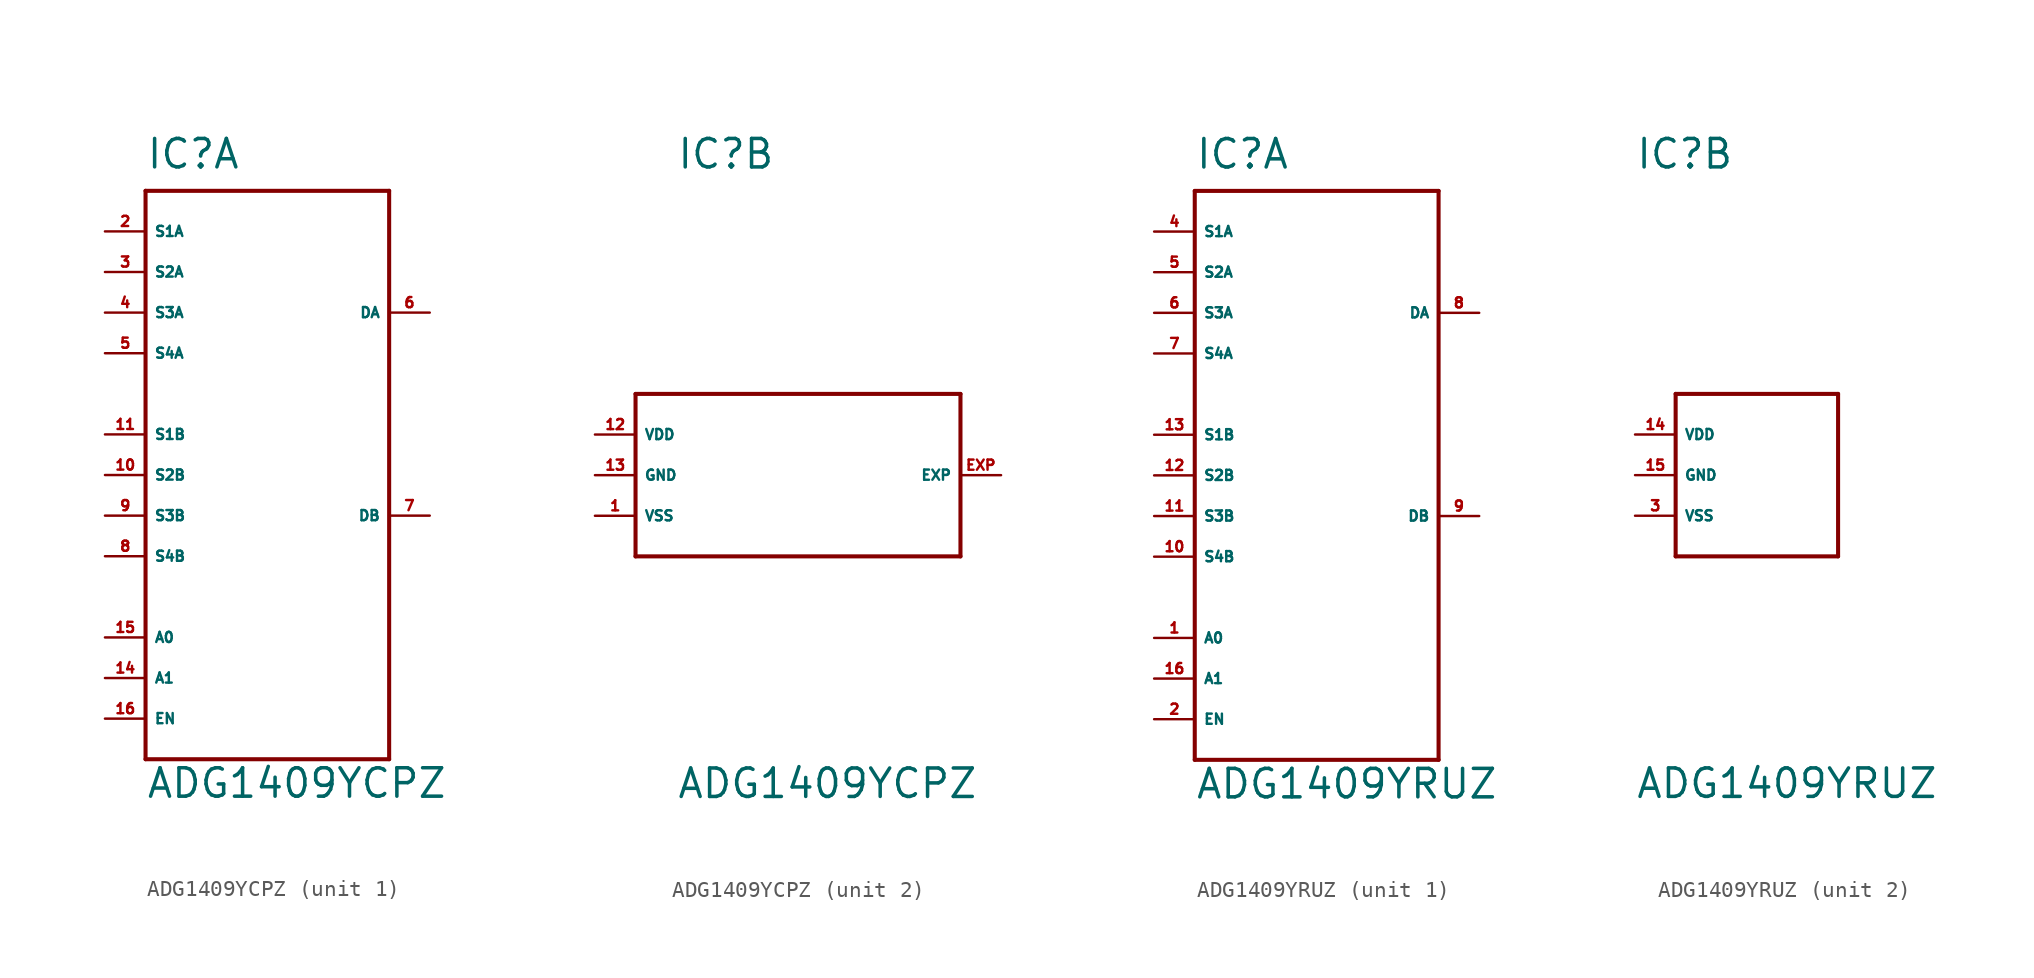
<source format=kicad_sym>
(kicad_symbol_lib
  (version 20220914)
  (generator Eagle2Kicad)
  (symbol "ADG1409YCPZ"
    (property "Reference" "IC"
      (at -7.62 19.05 0)
      (effects (font (size 1.778 1.778) (thickness 0.22)) (justify left bottom)))
    (property "Value" "ADG1409YCPZ"
      (at -7.62 -20.32 0)
      (effects (font (size 1.778 1.778) (thickness 0.22)) (justify left bottom)))
    (symbol "ADG1409YCPZ_1_0"
      (polyline (pts (xy -7.62 17.78) (xy 7.62 17.78)) (stroke (width 0.254) (type default)) (fill (type none)))
      (polyline (pts (xy 7.62 17.78) (xy 7.62 -17.78)) (stroke (width 0.254) (type default)) (fill (type none)))
      (polyline (pts (xy 7.62 -17.78) (xy -7.62 -17.78)) (stroke (width 0.254) (type default)) (fill (type none)))
      (polyline (pts (xy -7.62 -17.78) (xy -7.62 17.78)) (stroke (width 0.254) (type default)) (fill (type none)))
      (pin bidirectional line (at -10.16 15.24 0) (length 2.54) (name "S1A" (effects (font (size 0.635 0.635) (thickness 0.08)) (justify left bottom))) (number "2" (effects (font (size 0.635 0.635) (thickness 0.08)) (justify left bottom))))
      (pin bidirectional line (at -10.16 12.7 0) (length 2.54) (name "S2A" (effects (font (size 0.635 0.635) (thickness 0.08)) (justify left bottom))) (number "3" (effects (font (size 0.635 0.635) (thickness 0.08)) (justify left bottom))))
      (pin bidirectional line (at -10.16 10.16 0) (length 2.54) (name "S3A" (effects (font (size 0.635 0.635) (thickness 0.08)) (justify left bottom))) (number "4" (effects (font (size 0.635 0.635) (thickness 0.08)) (justify left bottom))))
      (pin bidirectional line (at -10.16 7.62 0) (length 2.54) (name "S4A" (effects (font (size 0.635 0.635) (thickness 0.08)) (justify left bottom))) (number "5" (effects (font (size 0.635 0.635) (thickness 0.08)) (justify left bottom))))
      (pin bidirectional line (at 10.16 10.16 180) (length 2.54) (name "DA" (effects (font (size 0.635 0.635) (thickness 0.08)) (justify left bottom))) (number "6" (effects (font (size 0.635 0.635) (thickness 0.08)) (justify left bottom))))
      (pin input line (at -10.16 -10.16 0) (length 2.54) (name "A0" (effects (font (size 0.635 0.635) (thickness 0.08)) (justify left bottom))) (number "15" (effects (font (size 0.635 0.635) (thickness 0.08)) (justify left bottom))))
      (pin input line (at -10.16 -12.7 0) (length 2.54) (name "A1" (effects (font (size 0.635 0.635) (thickness 0.08)) (justify left bottom))) (number "14" (effects (font (size 0.635 0.635) (thickness 0.08)) (justify left bottom))))
      (pin input line (at -10.16 -15.24 0) (length 2.54) (name "EN" (effects (font (size 0.635 0.635) (thickness 0.08)) (justify left bottom))) (number "16" (effects (font (size 0.635 0.635) (thickness 0.08)) (justify left bottom))))
      (pin bidirectional line (at -10.16 2.54 0) (length 2.54) (name "S1B" (effects (font (size 0.635 0.635) (thickness 0.08)) (justify left bottom))) (number "11" (effects (font (size 0.635 0.635) (thickness 0.08)) (justify left bottom))))
      (pin bidirectional line (at -10.16 0 0) (length 2.54) (name "S2B" (effects (font (size 0.635 0.635) (thickness 0.08)) (justify left bottom))) (number "10" (effects (font (size 0.635 0.635) (thickness 0.08)) (justify left bottom))))
      (pin bidirectional line (at -10.16 -2.54 0) (length 2.54) (name "S3B" (effects (font (size 0.635 0.635) (thickness 0.08)) (justify left bottom))) (number "9" (effects (font (size 0.635 0.635) (thickness 0.08)) (justify left bottom))))
      (pin bidirectional line (at -10.16 -5.08 0) (length 2.54) (name "S4B" (effects (font (size 0.635 0.635) (thickness 0.08)) (justify left bottom))) (number "8" (effects (font (size 0.635 0.635) (thickness 0.08)) (justify left bottom))))
      (pin bidirectional line (at 10.16 -2.54 180) (length 2.54) (name "DB" (effects (font (size 0.635 0.635) (thickness 0.08)) (justify left bottom))) (number "7" (effects (font (size 0.635 0.635) (thickness 0.08)) (justify left bottom)))))
    (symbol "ADG1409YCPZ_2_0"
      (polyline (pts (xy -10.16 5.08) (xy 10.16 5.08)) (stroke (width 0.254) (type default)) (fill (type none)))
      (polyline (pts (xy 10.16 5.08) (xy 10.16 -5.08)) (stroke (width 0.254) (type default)) (fill (type none)))
      (polyline (pts (xy 10.16 -5.08) (xy -10.16 -5.08)) (stroke (width 0.254) (type default)) (fill (type none)))
      (polyline (pts (xy -10.16 -5.08) (xy -10.16 5.08)) (stroke (width 0.254) (type default)) (fill (type none)))
      (pin unspecified line (at -12.7 -2.54 0) (length 2.54) (name "VSS" (effects (font (size 0.635 0.635) (thickness 0.08)) (justify left bottom))) (number "1" (effects (font (size 0.635 0.635) (thickness 0.08)) (justify left bottom))))
      (pin unspecified line (at -12.7 0 0) (length 2.54) (name "GND" (effects (font (size 0.635 0.635) (thickness 0.08)) (justify left bottom))) (number "13" (effects (font (size 0.635 0.635) (thickness 0.08)) (justify left bottom))))
      (pin unspecified line (at -12.7 2.54 0) (length 2.54) (name "VDD" (effects (font (size 0.635 0.635) (thickness 0.08)) (justify left bottom))) (number "12" (effects (font (size 0.635 0.635) (thickness 0.08)) (justify left bottom))))
      (pin passive line (at 12.7 0 180) (length 2.54) (name "EXP" (effects (font (size 0.635 0.635) (thickness 0.08)) (justify left bottom))) (number "EXP" (effects (font (size 0.635 0.635) (thickness 0.08)) (justify left bottom))))))
  (symbol "ADG1409YRUZ"
    (property "Reference" "IC"
      (at -7.62 19.05 0)
      (effects (font (size 1.778 1.778) (thickness 0.22)) (justify left bottom)))
    (property "Value" "ADG1409YRUZ"
      (at -7.62 -20.32 0)
      (effects (font (size 1.778 1.778) (thickness 0.22)) (justify left bottom)))
    (symbol "ADG1409YRUZ_1_0"
      (polyline (pts (xy -7.62 17.78) (xy 7.62 17.78)) (stroke (width 0.254) (type default)) (fill (type none)))
      (polyline (pts (xy 7.62 17.78) (xy 7.62 -17.78)) (stroke (width 0.254) (type default)) (fill (type none)))
      (polyline (pts (xy 7.62 -17.78) (xy -7.62 -17.78)) (stroke (width 0.254) (type default)) (fill (type none)))
      (polyline (pts (xy -7.62 -17.78) (xy -7.62 17.78)) (stroke (width 0.254) (type default)) (fill (type none)))
      (pin bidirectional line (at -10.16 15.24 0) (length 2.54) (name "S1A" (effects (font (size 0.635 0.635) (thickness 0.08)) (justify left bottom))) (number "4" (effects (font (size 0.635 0.635) (thickness 0.08)) (justify left bottom))))
      (pin bidirectional line (at -10.16 12.7 0) (length 2.54) (name "S2A" (effects (font (size 0.635 0.635) (thickness 0.08)) (justify left bottom))) (number "5" (effects (font (size 0.635 0.635) (thickness 0.08)) (justify left bottom))))
      (pin bidirectional line (at -10.16 10.16 0) (length 2.54) (name "S3A" (effects (font (size 0.635 0.635) (thickness 0.08)) (justify left bottom))) (number "6" (effects (font (size 0.635 0.635) (thickness 0.08)) (justify left bottom))))
      (pin bidirectional line (at -10.16 7.62 0) (length 2.54) (name "S4A" (effects (font (size 0.635 0.635) (thickness 0.08)) (justify left bottom))) (number "7" (effects (font (size 0.635 0.635) (thickness 0.08)) (justify left bottom))))
      (pin bidirectional line (at 10.16 10.16 180) (length 2.54) (name "DA" (effects (font (size 0.635 0.635) (thickness 0.08)) (justify left bottom))) (number "8" (effects (font (size 0.635 0.635) (thickness 0.08)) (justify left bottom))))
      (pin input line (at -10.16 -10.16 0) (length 2.54) (name "A0" (effects (font (size 0.635 0.635) (thickness 0.08)) (justify left bottom))) (number "1" (effects (font (size 0.635 0.635) (thickness 0.08)) (justify left bottom))))
      (pin input line (at -10.16 -12.7 0) (length 2.54) (name "A1" (effects (font (size 0.635 0.635) (thickness 0.08)) (justify left bottom))) (number "16" (effects (font (size 0.635 0.635) (thickness 0.08)) (justify left bottom))))
      (pin input line (at -10.16 -15.24 0) (length 2.54) (name "EN" (effects (font (size 0.635 0.635) (thickness 0.08)) (justify left bottom))) (number "2" (effects (font (size 0.635 0.635) (thickness 0.08)) (justify left bottom))))
      (pin bidirectional line (at -10.16 2.54 0) (length 2.54) (name "S1B" (effects (font (size 0.635 0.635) (thickness 0.08)) (justify left bottom))) (number "13" (effects (font (size 0.635 0.635) (thickness 0.08)) (justify left bottom))))
      (pin bidirectional line (at -10.16 0 0) (length 2.54) (name "S2B" (effects (font (size 0.635 0.635) (thickness 0.08)) (justify left bottom))) (number "12" (effects (font (size 0.635 0.635) (thickness 0.08)) (justify left bottom))))
      (pin bidirectional line (at -10.16 -2.54 0) (length 2.54) (name "S3B" (effects (font (size 0.635 0.635) (thickness 0.08)) (justify left bottom))) (number "11" (effects (font (size 0.635 0.635) (thickness 0.08)) (justify left bottom))))
      (pin bidirectional line (at -10.16 -5.08 0) (length 2.54) (name "S4B" (effects (font (size 0.635 0.635) (thickness 0.08)) (justify left bottom))) (number "10" (effects (font (size 0.635 0.635) (thickness 0.08)) (justify left bottom))))
      (pin bidirectional line (at 10.16 -2.54 180) (length 2.54) (name "DB" (effects (font (size 0.635 0.635) (thickness 0.08)) (justify left bottom))) (number "9" (effects (font (size 0.635 0.635) (thickness 0.08)) (justify left bottom)))))
    (symbol "ADG1409YRUZ_2_0"
      (polyline (pts (xy -5.08 5.08) (xy 5.08 5.08)) (stroke (width 0.254) (type default)) (fill (type none)))
      (polyline (pts (xy 5.08 5.08) (xy 5.08 -5.08)) (stroke (width 0.254) (type default)) (fill (type none)))
      (polyline (pts (xy 5.08 -5.08) (xy -5.08 -5.08)) (stroke (width 0.254) (type default)) (fill (type none)))
      (polyline (pts (xy -5.08 -5.08) (xy -5.08 5.08)) (stroke (width 0.254) (type default)) (fill (type none)))
      (pin unspecified line (at -7.62 -2.54 0) (length 2.54) (name "VSS" (effects (font (size 0.635 0.635) (thickness 0.08)) (justify left bottom))) (number "3" (effects (font (size 0.635 0.635) (thickness 0.08)) (justify left bottom))))
      (pin unspecified line (at -7.62 0 0) (length 2.54) (name "GND" (effects (font (size 0.635 0.635) (thickness 0.08)) (justify left bottom))) (number "15" (effects (font (size 0.635 0.635) (thickness 0.08)) (justify left bottom))))
      (pin unspecified line (at -7.62 2.54 0) (length 2.54) (name "VDD" (effects (font (size 0.635 0.635) (thickness 0.08)) (justify left bottom))) (number "14" (effects (font (size 0.635 0.635) (thickness 0.08)) (justify left bottom)))))))
</source>
